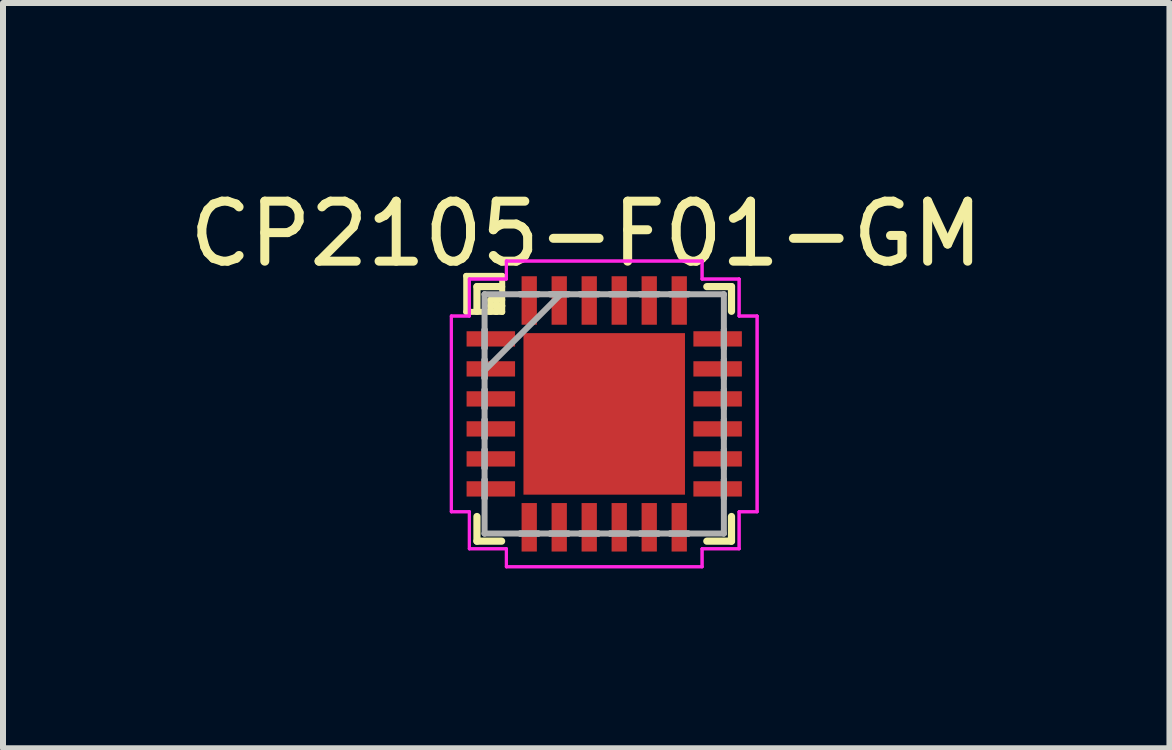
<source format=kicad_pcb>
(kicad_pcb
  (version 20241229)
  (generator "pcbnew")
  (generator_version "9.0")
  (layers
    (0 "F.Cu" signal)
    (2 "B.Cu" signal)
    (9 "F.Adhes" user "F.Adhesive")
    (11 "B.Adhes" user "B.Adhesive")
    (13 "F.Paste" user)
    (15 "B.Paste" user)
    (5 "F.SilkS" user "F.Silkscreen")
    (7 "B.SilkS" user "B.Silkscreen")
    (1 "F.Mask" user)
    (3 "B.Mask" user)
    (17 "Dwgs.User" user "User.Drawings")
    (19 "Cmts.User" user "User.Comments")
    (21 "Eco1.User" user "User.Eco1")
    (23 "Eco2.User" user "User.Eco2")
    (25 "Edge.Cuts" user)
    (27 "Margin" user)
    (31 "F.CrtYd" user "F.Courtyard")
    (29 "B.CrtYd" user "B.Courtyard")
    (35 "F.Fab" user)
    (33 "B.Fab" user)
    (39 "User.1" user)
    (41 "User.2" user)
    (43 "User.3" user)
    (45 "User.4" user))
  (footprint "CP2105-F01-GM"
    (layer "F.Cu")
    (at 7.02 3.848)
    (property "Reference" "CP2105-F01-GM" (at -0.3 -3 0) (layer "F.SilkS") (effects (font (size 1 1) (thickness 0.15))))
    (attr through_hole)
    (fp_line (start -2.3 -2.3) (end -2.3 -1.7) (stroke (width 0.1) (type default)) (layer "F.SilkS"))
    (fp_line (start -2.3 -1.7) (end -1.7 -1.7) (stroke (width 0.1) (type default)) (layer "F.SilkS"))
    (fp_line (start -2.121 -2.121) (end -2.121 -1.71) (stroke (width 0.12) (type solid)) (layer "F.SilkS"))
    (fp_line (start -2.121 1.71) (end -2.121 2.121) (stroke (width 0.12) (type solid)) (layer "F.SilkS"))
    (fp_line (start -2.121 2.121) (end -1.71 2.121) (stroke (width 0.12) (type solid)) (layer "F.SilkS"))
    (fp_line (start -1.9 -1.9) (end -1.9 -1.7) (stroke (width 0.1) (type default)) (layer "F.SilkS"))
    (fp_line (start -1.8 -1.9) (end -1.8 -1.7) (stroke (width 0.1) (type default)) (layer "F.SilkS"))
    (fp_line (start -1.8 -1.7) (end -1.7 -1.8) (stroke (width 0.1) (type default)) (layer "F.SilkS"))
    (fp_line (start -1.71 -2.121) (end -2.121 -2.121) (stroke (width 0.12) (type solid)) (layer "F.SilkS"))
    (fp_line (start -1.7 -2.3) (end -2.3 -2.3) (stroke (width 0.1) (type default)) (layer "F.SilkS"))
    (fp_line (start -1.7 -1.9) (end -1.9 -1.9) (stroke (width 0.1) (type default)) (layer "F.SilkS"))
    (fp_line (start -1.7 -1.8) (end -1.9 -1.8) (stroke (width 0.1) (type default)) (layer "F.SilkS"))
    (fp_line (start -1.7 -1.7) (end -1.7 -2.3) (stroke (width 0.1) (type default)) (layer "F.SilkS"))
    (fp_line (start 1.71 2.121) (end 2.121 2.121) (stroke (width 0.12) (type solid)) (layer "F.SilkS"))
    (fp_line (start 2.121 -2.121) (end 1.71 -2.121) (stroke (width 0.12) (type solid)) (layer "F.SilkS"))
    (fp_line (start 2.121 -1.71) (end 2.121 -2.121) (stroke (width 0.12) (type solid)) (layer "F.SilkS"))
    (fp_line (start 2.121 2.121) (end 2.121 1.71) (stroke (width 0.12) (type solid)) (layer "F.SilkS"))
    (fp_poly (pts (xy -1.246 -1.246) (xy -1.246 -0.1) (xy -0.1 -0.1) (xy -0.1 -1.246)) (stroke (width 0.1) (type solid)) (fill yes) (layer "F.Paste"))
    (fp_poly (pts (xy -1.246 0.1) (xy -1.246 1.246) (xy -0.1 1.246) (xy -0.1 0.1)) (stroke (width 0.1) (type solid)) (fill yes) (layer "F.Paste"))
    (fp_poly (pts (xy 0.1 -1.246) (xy 0.1 -0.1) (xy 1.246 -0.1) (xy 1.246 -1.246)) (stroke (width 0.1) (type solid)) (fill yes) (layer "F.Paste"))
    (fp_poly (pts (xy 0.1 0.1) (xy 0.1 1.246) (xy 1.246 1.246) (xy 1.246 0.1)) (stroke (width 0.1) (type solid)) (fill yes) (layer "F.Paste"))
    (fp_line (start -2.548 -1.631) (end -2.248 -1.631) (stroke (width 0.05) (type solid)) (layer "F.CrtYd"))
    (fp_line (start -2.548 -1.631) (end -2.248 -1.631) (stroke (width 0.05) (type solid)) (layer "F.CrtYd"))
    (fp_line (start -2.548 1.631) (end -2.548 -1.631) (stroke (width 0.05) (type solid)) (layer "F.CrtYd"))
    (fp_line (start -2.548 1.631) (end -2.548 -1.631) (stroke (width 0.05) (type solid)) (layer "F.CrtYd"))
    (fp_line (start -2.248 -2.248) (end -1.631 -2.248) (stroke (width 0.05) (type solid)) (layer "F.CrtYd"))
    (fp_line (start -2.248 -2.248) (end -1.631 -2.248) (stroke (width 0.05) (type solid)) (layer "F.CrtYd"))
    (fp_line (start -2.248 -1.631) (end -2.248 -2.248) (stroke (width 0.05) (type solid)) (layer "F.CrtYd"))
    (fp_line (start -2.248 -1.631) (end -2.248 -2.248) (stroke (width 0.05) (type solid)) (layer "F.CrtYd"))
    (fp_line (start -2.248 1.631) (end -2.548 1.631) (stroke (width 0.05) (type solid)) (layer "F.CrtYd"))
    (fp_line (start -2.248 1.631) (end -2.548 1.631) (stroke (width 0.05) (type solid)) (layer "F.CrtYd"))
    (fp_line (start -2.248 2.248) (end -2.248 1.631) (stroke (width 0.05) (type solid)) (layer "F.CrtYd"))
    (fp_line (start -2.248 2.248) (end -2.248 1.631) (stroke (width 0.05) (type solid)) (layer "F.CrtYd"))
    (fp_line (start -1.631 -2.548) (end 1.631 -2.548) (stroke (width 0.05) (type solid)) (layer "F.CrtYd"))
    (fp_line (start -1.631 -2.548) (end 1.631 -2.548) (stroke (width 0.05) (type solid)) (layer "F.CrtYd"))
    (fp_line (start -1.631 -2.248) (end -1.631 -2.548) (stroke (width 0.05) (type solid)) (layer "F.CrtYd"))
    (fp_line (start -1.631 -2.248) (end -1.631 -2.548) (stroke (width 0.05) (type solid)) (layer "F.CrtYd"))
    (fp_line (start -1.631 2.248) (end -2.248 2.248) (stroke (width 0.05) (type solid)) (layer "F.CrtYd"))
    (fp_line (start -1.631 2.248) (end -2.248 2.248) (stroke (width 0.05) (type solid)) (layer "F.CrtYd"))
    (fp_line (start -1.631 2.548) (end -1.631 2.248) (stroke (width 0.05) (type solid)) (layer "F.CrtYd"))
    (fp_line (start -1.631 2.548) (end -1.631 2.248) (stroke (width 0.05) (type solid)) (layer "F.CrtYd"))
    (fp_line (start 1.631 -2.548) (end 1.631 -2.248) (stroke (width 0.05) (type solid)) (layer "F.CrtYd"))
    (fp_line (start 1.631 -2.548) (end 1.631 -2.248) (stroke (width 0.05) (type solid)) (layer "F.CrtYd"))
    (fp_line (start 1.631 -2.248) (end 2.248 -2.248) (stroke (width 0.05) (type solid)) (layer "F.CrtYd"))
    (fp_line (start 1.631 -2.248) (end 2.248 -2.248) (stroke (width 0.05) (type solid)) (layer "F.CrtYd"))
    (fp_line (start 1.631 2.248) (end 1.631 2.548) (stroke (width 0.05) (type solid)) (layer "F.CrtYd"))
    (fp_line (start 1.631 2.248) (end 1.631 2.548) (stroke (width 0.05) (type solid)) (layer "F.CrtYd"))
    (fp_line (start 1.631 2.548) (end -1.631 2.548) (stroke (width 0.05) (type solid)) (layer "F.CrtYd"))
    (fp_line (start 1.631 2.548) (end -1.631 2.548) (stroke (width 0.05) (type solid)) (layer "F.CrtYd"))
    (fp_line (start 2.248 -2.248) (end 2.248 -1.631) (stroke (width 0.05) (type solid)) (layer "F.CrtYd"))
    (fp_line (start 2.248 -2.248) (end 2.248 -1.631) (stroke (width 0.05) (type solid)) (layer "F.CrtYd"))
    (fp_line (start 2.248 -1.631) (end 2.548 -1.631) (stroke (width 0.05) (type solid)) (layer "F.CrtYd"))
    (fp_line (start 2.248 -1.631) (end 2.548 -1.631) (stroke (width 0.05) (type solid)) (layer "F.CrtYd"))
    (fp_line (start 2.248 1.631) (end 2.248 2.248) (stroke (width 0.05) (type solid)) (layer "F.CrtYd"))
    (fp_line (start 2.248 1.631) (end 2.248 2.248) (stroke (width 0.05) (type solid)) (layer "F.CrtYd"))
    (fp_line (start 2.248 2.248) (end 1.631 2.248) (stroke (width 0.05) (type solid)) (layer "F.CrtYd"))
    (fp_line (start 2.248 2.248) (end 1.631 2.248) (stroke (width 0.05) (type solid)) (layer "F.CrtYd"))
    (fp_line (start 2.548 -1.631) (end 2.548 1.631) (stroke (width 0.05) (type solid)) (layer "F.CrtYd"))
    (fp_line (start 2.548 -1.631) (end 2.548 1.631) (stroke (width 0.05) (type solid)) (layer "F.CrtYd"))
    (fp_line (start 2.548 1.631) (end 2.248 1.631) (stroke (width 0.05) (type solid)) (layer "F.CrtYd"))
    (fp_line (start 2.548 1.631) (end 2.248 1.631) (stroke (width 0.05) (type solid)) (layer "F.CrtYd"))
    (fp_line (start -1.994 -1.994) (end -1.994 -1.994) (stroke (width 0.1) (type solid)) (layer "F.Fab"))
    (fp_line (start -1.994 -1.994) (end -1.994 1.994) (stroke (width 0.1) (type solid)) (layer "F.Fab"))
    (fp_line (start -1.994 -1.402) (end -1.994 -1.402) (stroke (width 0.1) (type solid)) (layer "F.Fab"))
    (fp_line (start -1.994 -1.402) (end -1.994 -1.098) (stroke (width 0.1) (type solid)) (layer "F.Fab"))
    (fp_line (start -1.994 -1.098) (end -1.994 -1.402) (stroke (width 0.1) (type solid)) (layer "F.Fab"))
    (fp_line (start -1.994 -1.098) (end -1.994 -1.098) (stroke (width 0.1) (type solid)) (layer "F.Fab"))
    (fp_line (start -1.994 -0.902) (end -1.994 -0.902) (stroke (width 0.1) (type solid)) (layer "F.Fab"))
    (fp_line (start -1.994 -0.902) (end -1.994 -0.598) (stroke (width 0.1) (type solid)) (layer "F.Fab"))
    (fp_line (start -1.994 -0.724) (end -0.724 -1.994) (stroke (width 0.1) (type solid)) (layer "F.Fab"))
    (fp_line (start -1.994 -0.598) (end -1.994 -0.902) (stroke (width 0.1) (type solid)) (layer "F.Fab"))
    (fp_line (start -1.994 -0.598) (end -1.994 -0.598) (stroke (width 0.1) (type solid)) (layer "F.Fab"))
    (fp_line (start -1.994 -0.402) (end -1.994 -0.402) (stroke (width 0.1) (type solid)) (layer "F.Fab"))
    (fp_line (start -1.994 -0.402) (end -1.994 -0.098) (stroke (width 0.1) (type solid)) (layer "F.Fab"))
    (fp_line (start -1.994 -0.098) (end -1.994 -0.402) (stroke (width 0.1) (type solid)) (layer "F.Fab"))
    (fp_line (start -1.994 -0.098) (end -1.994 -0.098) (stroke (width 0.1) (type solid)) (layer "F.Fab"))
    (fp_line (start -1.994 0.098) (end -1.994 0.098) (stroke (width 0.1) (type solid)) (layer "F.Fab"))
    (fp_line (start -1.994 0.098) (end -1.994 0.402) (stroke (width 0.1) (type solid)) (layer "F.Fab"))
    (fp_line (start -1.994 0.402) (end -1.994 0.098) (stroke (width 0.1) (type solid)) (layer "F.Fab"))
    (fp_line (start -1.994 0.402) (end -1.994 0.402) (stroke (width 0.1) (type solid)) (layer "F.Fab"))
    (fp_line (start -1.994 0.598) (end -1.994 0.598) (stroke (width 0.1) (type solid)) (layer "F.Fab"))
    (fp_line (start -1.994 0.598) (end -1.994 0.902) (stroke (width 0.1) (type solid)) (layer "F.Fab"))
    (fp_line (start -1.994 0.902) (end -1.994 0.598) (stroke (width 0.1) (type solid)) (layer "F.Fab"))
    (fp_line (start -1.994 0.902) (end -1.994 0.902) (stroke (width 0.1) (type solid)) (layer "F.Fab"))
    (fp_line (start -1.994 1.098) (end -1.994 1.098) (stroke (width 0.1) (type solid)) (layer "F.Fab"))
    (fp_line (start -1.994 1.098) (end -1.994 1.402) (stroke (width 0.1) (type solid)) (layer "F.Fab"))
    (fp_line (start -1.994 1.402) (end -1.994 1.098) (stroke (width 0.1) (type solid)) (layer "F.Fab"))
    (fp_line (start -1.994 1.402) (end -1.994 1.402) (stroke (width 0.1) (type solid)) (layer "F.Fab"))
    (fp_line (start -1.994 1.994) (end -1.994 1.994) (stroke (width 0.1) (type solid)) (layer "F.Fab"))
    (fp_line (start -1.994 1.994) (end 1.994 1.994) (stroke (width 0.1) (type solid)) (layer "F.Fab"))
    (fp_line (start -1.402 -1.994) (end -1.402 -1.994) (stroke (width 0.1) (type solid)) (layer "F.Fab"))
    (fp_line (start -1.402 -1.994) (end -1.098 -1.994) (stroke (width 0.1) (type solid)) (layer "F.Fab"))
    (fp_line (start -1.402 1.994) (end -1.402 1.994) (stroke (width 0.1) (type solid)) (layer "F.Fab"))
    (fp_line (start -1.402 1.994) (end -1.098 1.994) (stroke (width 0.1) (type solid)) (layer "F.Fab"))
    (fp_line (start -1.098 -1.994) (end -1.402 -1.994) (stroke (width 0.1) (type solid)) (layer "F.Fab"))
    (fp_line (start -1.098 -1.994) (end -1.098 -1.994) (stroke (width 0.1) (type solid)) (layer "F.Fab"))
    (fp_line (start -1.098 1.994) (end -1.402 1.994) (stroke (width 0.1) (type solid)) (layer "F.Fab"))
    (fp_line (start -1.098 1.994) (end -1.098 1.994) (stroke (width 0.1) (type solid)) (layer "F.Fab"))
    (fp_line (start -0.902 -1.994) (end -0.902 -1.994) (stroke (width 0.1) (type solid)) (layer "F.Fab"))
    (fp_line (start -0.902 -1.994) (end -0.598 -1.994) (stroke (width 0.1) (type solid)) (layer "F.Fab"))
    (fp_line (start -0.902 1.994) (end -0.902 1.994) (stroke (width 0.1) (type solid)) (layer "F.Fab"))
    (fp_line (start -0.902 1.994) (end -0.598 1.994) (stroke (width 0.1) (type solid)) (layer "F.Fab"))
    (fp_line (start -0.598 -1.994) (end -0.902 -1.994) (stroke (width 0.1) (type solid)) (layer "F.Fab"))
    (fp_line (start -0.598 -1.994) (end -0.598 -1.994) (stroke (width 0.1) (type solid)) (layer "F.Fab"))
    (fp_line (start -0.598 1.994) (end -0.902 1.994) (stroke (width 0.1) (type solid)) (layer "F.Fab"))
    (fp_line (start -0.598 1.994) (end -0.598 1.994) (stroke (width 0.1) (type solid)) (layer "F.Fab"))
    (fp_line (start -0.402 -1.994) (end -0.402 -1.994) (stroke (width 0.1) (type solid)) (layer "F.Fab"))
    (fp_line (start -0.402 -1.994) (end -0.098 -1.994) (stroke (width 0.1) (type solid)) (layer "F.Fab"))
    (fp_line (start -0.402 1.994) (end -0.402 1.994) (stroke (width 0.1) (type solid)) (layer "F.Fab"))
    (fp_line (start -0.402 1.994) (end -0.098 1.994) (stroke (width 0.1) (type solid)) (layer "F.Fab"))
    (fp_line (start -0.098 -1.994) (end -0.402 -1.994) (stroke (width 0.1) (type solid)) (layer "F.Fab"))
    (fp_line (start -0.098 -1.994) (end -0.098 -1.994) (stroke (width 0.1) (type solid)) (layer "F.Fab"))
    (fp_line (start -0.098 1.994) (end -0.402 1.994) (stroke (width 0.1) (type solid)) (layer "F.Fab"))
    (fp_line (start -0.098 1.994) (end -0.098 1.994) (stroke (width 0.1) (type solid)) (layer "F.Fab"))
    (fp_line (start 0.098 -1.994) (end 0.098 -1.994) (stroke (width 0.1) (type solid)) (layer "F.Fab"))
    (fp_line (start 0.098 -1.994) (end 0.402 -1.994) (stroke (width 0.1) (type solid)) (layer "F.Fab"))
    (fp_line (start 0.098 1.994) (end 0.098 1.994) (stroke (width 0.1) (type solid)) (layer "F.Fab"))
    (fp_line (start 0.098 1.994) (end 0.402 1.994) (stroke (width 0.1) (type solid)) (layer "F.Fab"))
    (fp_line (start 0.402 -1.994) (end 0.098 -1.994) (stroke (width 0.1) (type solid)) (layer "F.Fab"))
    (fp_line (start 0.402 -1.994) (end 0.402 -1.994) (stroke (width 0.1) (type solid)) (layer "F.Fab"))
    (fp_line (start 0.402 1.994) (end 0.098 1.994) (stroke (width 0.1) (type solid)) (layer "F.Fab"))
    (fp_line (start 0.402 1.994) (end 0.402 1.994) (stroke (width 0.1) (type solid)) (layer "F.Fab"))
    (fp_line (start 0.598 -1.994) (end 0.598 -1.994) (stroke (width 0.1) (type solid)) (layer "F.Fab"))
    (fp_line (start 0.598 -1.994) (end 0.902 -1.994) (stroke (width 0.1) (type solid)) (layer "F.Fab"))
    (fp_line (start 0.598 1.994) (end 0.598 1.994) (stroke (width 0.1) (type solid)) (layer "F.Fab"))
    (fp_line (start 0.598 1.994) (end 0.902 1.994) (stroke (width 0.1) (type solid)) (layer "F.Fab"))
    (fp_line (start 0.902 -1.994) (end 0.598 -1.994) (stroke (width 0.1) (type solid)) (layer "F.Fab"))
    (fp_line (start 0.902 -1.994) (end 0.902 -1.994) (stroke (width 0.1) (type solid)) (layer "F.Fab"))
    (fp_line (start 0.902 1.994) (end 0.598 1.994) (stroke (width 0.1) (type solid)) (layer "F.Fab"))
    (fp_line (start 0.902 1.994) (end 0.902 1.994) (stroke (width 0.1) (type solid)) (layer "F.Fab"))
    (fp_line (start 1.098 -1.994) (end 1.098 -1.994) (stroke (width 0.1) (type solid)) (layer "F.Fab"))
    (fp_line (start 1.098 -1.994) (end 1.402 -1.994) (stroke (width 0.1) (type solid)) (layer "F.Fab"))
    (fp_line (start 1.098 1.994) (end 1.098 1.994) (stroke (width 0.1) (type solid)) (layer "F.Fab"))
    (fp_line (start 1.098 1.994) (end 1.402 1.994) (stroke (width 0.1) (type solid)) (layer "F.Fab"))
    (fp_line (start 1.402 -1.994) (end 1.098 -1.994) (stroke (width 0.1) (type solid)) (layer "F.Fab"))
    (fp_line (start 1.402 -1.994) (end 1.402 -1.994) (stroke (width 0.1) (type solid)) (layer "F.Fab"))
    (fp_line (start 1.402 1.994) (end 1.098 1.994) (stroke (width 0.1) (type solid)) (layer "F.Fab"))
    (fp_line (start 1.402 1.994) (end 1.402 1.994) (stroke (width 0.1) (type solid)) (layer "F.Fab"))
    (fp_line (start 1.994 -1.994) (end -1.994 -1.994) (stroke (width 0.1) (type solid)) (layer "F.Fab"))
    (fp_line (start 1.994 -1.994) (end 1.994 -1.994) (stroke (width 0.1) (type solid)) (layer "F.Fab"))
    (fp_line (start 1.994 -1.402) (end 1.994 -1.402) (stroke (width 0.1) (type solid)) (layer "F.Fab"))
    (fp_line (start 1.994 -1.402) (end 1.994 -1.098) (stroke (width 0.1) (type solid)) (layer "F.Fab"))
    (fp_line (start 1.994 -1.098) (end 1.994 -1.402) (stroke (width 0.1) (type solid)) (layer "F.Fab"))
    (fp_line (start 1.994 -1.098) (end 1.994 -1.098) (stroke (width 0.1) (type solid)) (layer "F.Fab"))
    (fp_line (start 1.994 -0.902) (end 1.994 -0.902) (stroke (width 0.1) (type solid)) (layer "F.Fab"))
    (fp_line (start 1.994 -0.902) (end 1.994 -0.598) (stroke (width 0.1) (type solid)) (layer "F.Fab"))
    (fp_line (start 1.994 -0.598) (end 1.994 -0.902) (stroke (width 0.1) (type solid)) (layer "F.Fab"))
    (fp_line (start 1.994 -0.598) (end 1.994 -0.598) (stroke (width 0.1) (type solid)) (layer "F.Fab"))
    (fp_line (start 1.994 -0.402) (end 1.994 -0.402) (stroke (width 0.1) (type solid)) (layer "F.Fab"))
    (fp_line (start 1.994 -0.402) (end 1.994 -0.098) (stroke (width 0.1) (type solid)) (layer "F.Fab"))
    (fp_line (start 1.994 -0.098) (end 1.994 -0.402) (stroke (width 0.1) (type solid)) (layer "F.Fab"))
    (fp_line (start 1.994 -0.098) (end 1.994 -0.098) (stroke (width 0.1) (type solid)) (layer "F.Fab"))
    (fp_line (start 1.994 0.098) (end 1.994 0.098) (stroke (width 0.1) (type solid)) (layer "F.Fab"))
    (fp_line (start 1.994 0.098) (end 1.994 0.402) (stroke (width 0.1) (type solid)) (layer "F.Fab"))
    (fp_line (start 1.994 0.402) (end 1.994 0.098) (stroke (width 0.1) (type solid)) (layer "F.Fab"))
    (fp_line (start 1.994 0.402) (end 1.994 0.402) (stroke (width 0.1) (type solid)) (layer "F.Fab"))
    (fp_line (start 1.994 0.598) (end 1.994 0.598) (stroke (width 0.1) (type solid)) (layer "F.Fab"))
    (fp_line (start 1.994 0.598) (end 1.994 0.902) (stroke (width 0.1) (type solid)) (layer "F.Fab"))
    (fp_line (start 1.994 0.902) (end 1.994 0.598) (stroke (width 0.1) (type solid)) (layer "F.Fab"))
    (fp_line (start 1.994 0.902) (end 1.994 0.902) (stroke (width 0.1) (type solid)) (layer "F.Fab"))
    (fp_line (start 1.994 1.098) (end 1.994 1.098) (stroke (width 0.1) (type solid)) (layer "F.Fab"))
    (fp_line (start 1.994 1.098) (end 1.994 1.402) (stroke (width 0.1) (type solid)) (layer "F.Fab"))
    (fp_line (start 1.994 1.402) (end 1.994 1.098) (stroke (width 0.1) (type solid)) (layer "F.Fab"))
    (fp_line (start 1.994 1.402) (end 1.994 1.402) (stroke (width 0.1) (type solid)) (layer "F.Fab"))
    (fp_line (start 1.994 1.994) (end 1.994 -1.994) (stroke (width 0.1) (type solid)) (layer "F.Fab"))
    (fp_line (start 1.994 1.994) (end 1.994 1.994) (stroke (width 0.1) (type solid)) (layer "F.Fab"))
    (pad "1" smd rect (at -1.89 -1.25 90) (size 0.255 0.808) (layers "F.Cu" "F.Mask" "F.Paste"))
    (pad "2" smd rect (at -1.89 -0.75 90) (size 0.255 0.808) (layers "F.Cu" "F.Mask" "F.Paste"))
    (pad "3" smd rect (at -1.89 -0.25 90) (size 0.255 0.808) (layers "F.Cu" "F.Mask" "F.Paste"))
    (pad "4" smd rect (at -1.89 0.25 90) (size 0.255 0.808) (layers "F.Cu" "F.Mask" "F.Paste"))
    (pad "5" smd rect (at -1.89 0.75 90) (size 0.255 0.808) (layers "F.Cu" "F.Mask" "F.Paste"))
    (pad "6" smd rect (at -1.89 1.25 90) (size 0.255 0.808) (layers "F.Cu" "F.Mask" "F.Paste"))
    (pad "7" smd rect (at -1.25 1.89) (size 0.255 0.808) (layers "F.Cu" "F.Mask" "F.Paste"))
    (pad "8" smd rect (at -0.75 1.89) (size 0.255 0.808) (layers "F.Cu" "F.Mask" "F.Paste"))
    (pad "9" smd rect (at -0.25 1.89) (size 0.255 0.808) (layers "F.Cu" "F.Mask" "F.Paste"))
    (pad "10" smd rect (at 0.25 1.89) (size 0.255 0.808) (layers "F.Cu" "F.Mask" "F.Paste"))
    (pad "11" smd rect (at 0.75 1.89) (size 0.255 0.808) (layers "F.Cu" "F.Mask" "F.Paste"))
    (pad "12" smd rect (at 1.25 1.89) (size 0.255 0.808) (layers "F.Cu" "F.Mask" "F.Paste"))
    (pad "13" smd rect (at 1.89 1.25 90) (size 0.255 0.808) (layers "F.Cu" "F.Mask" "F.Paste"))
    (pad "14" smd rect (at 1.89 0.75 90) (size 0.255 0.808) (layers "F.Cu" "F.Mask" "F.Paste"))
    (pad "15" smd rect (at 1.89 0.25 90) (size 0.255 0.808) (layers "F.Cu" "F.Mask" "F.Paste"))
    (pad "16" smd rect (at 1.89 -0.25 90) (size 0.255 0.808) (layers "F.Cu" "F.Mask" "F.Paste"))
    (pad "17" smd rect (at 1.89 -0.75 90) (size 0.255 0.808) (layers "F.Cu" "F.Mask" "F.Paste"))
    (pad "18" smd rect (at 1.89 -1.25 90) (size 0.255 0.808) (layers "F.Cu" "F.Mask" "F.Paste"))
    (pad "19" smd rect (at 1.25 -1.89) (size 0.255 0.808) (layers "F.Cu" "F.Mask" "F.Paste"))
    (pad "20" smd rect (at 0.75 -1.89) (size 0.255 0.808) (layers "F.Cu" "F.Mask" "F.Paste"))
    (pad "21" smd rect (at 0.25 -1.89) (size 0.255 0.808) (layers "F.Cu" "F.Mask" "F.Paste"))
    (pad "22" smd rect (at -0.25 -1.89) (size 0.255 0.808) (layers "F.Cu" "F.Mask" "F.Paste"))
    (pad "23" smd rect (at -0.75 -1.89) (size 0.255 0.808) (layers "F.Cu" "F.Mask" "F.Paste"))
    (pad "24" smd rect (at -1.25 -1.89) (size 0.255 0.808) (layers "F.Cu" "F.Mask" "F.Paste"))
    (pad "25" smd rect (at 0 0) (size 2.692 2.692) (layers "F.Cu" "F.Mask")))
  (gr_rect
    (start -3 -3)
    (end 16.44 9.421)
    (stroke (width 0.1) (type default))
    (fill no)
    (layer "Edge.Cuts")))
</source>
